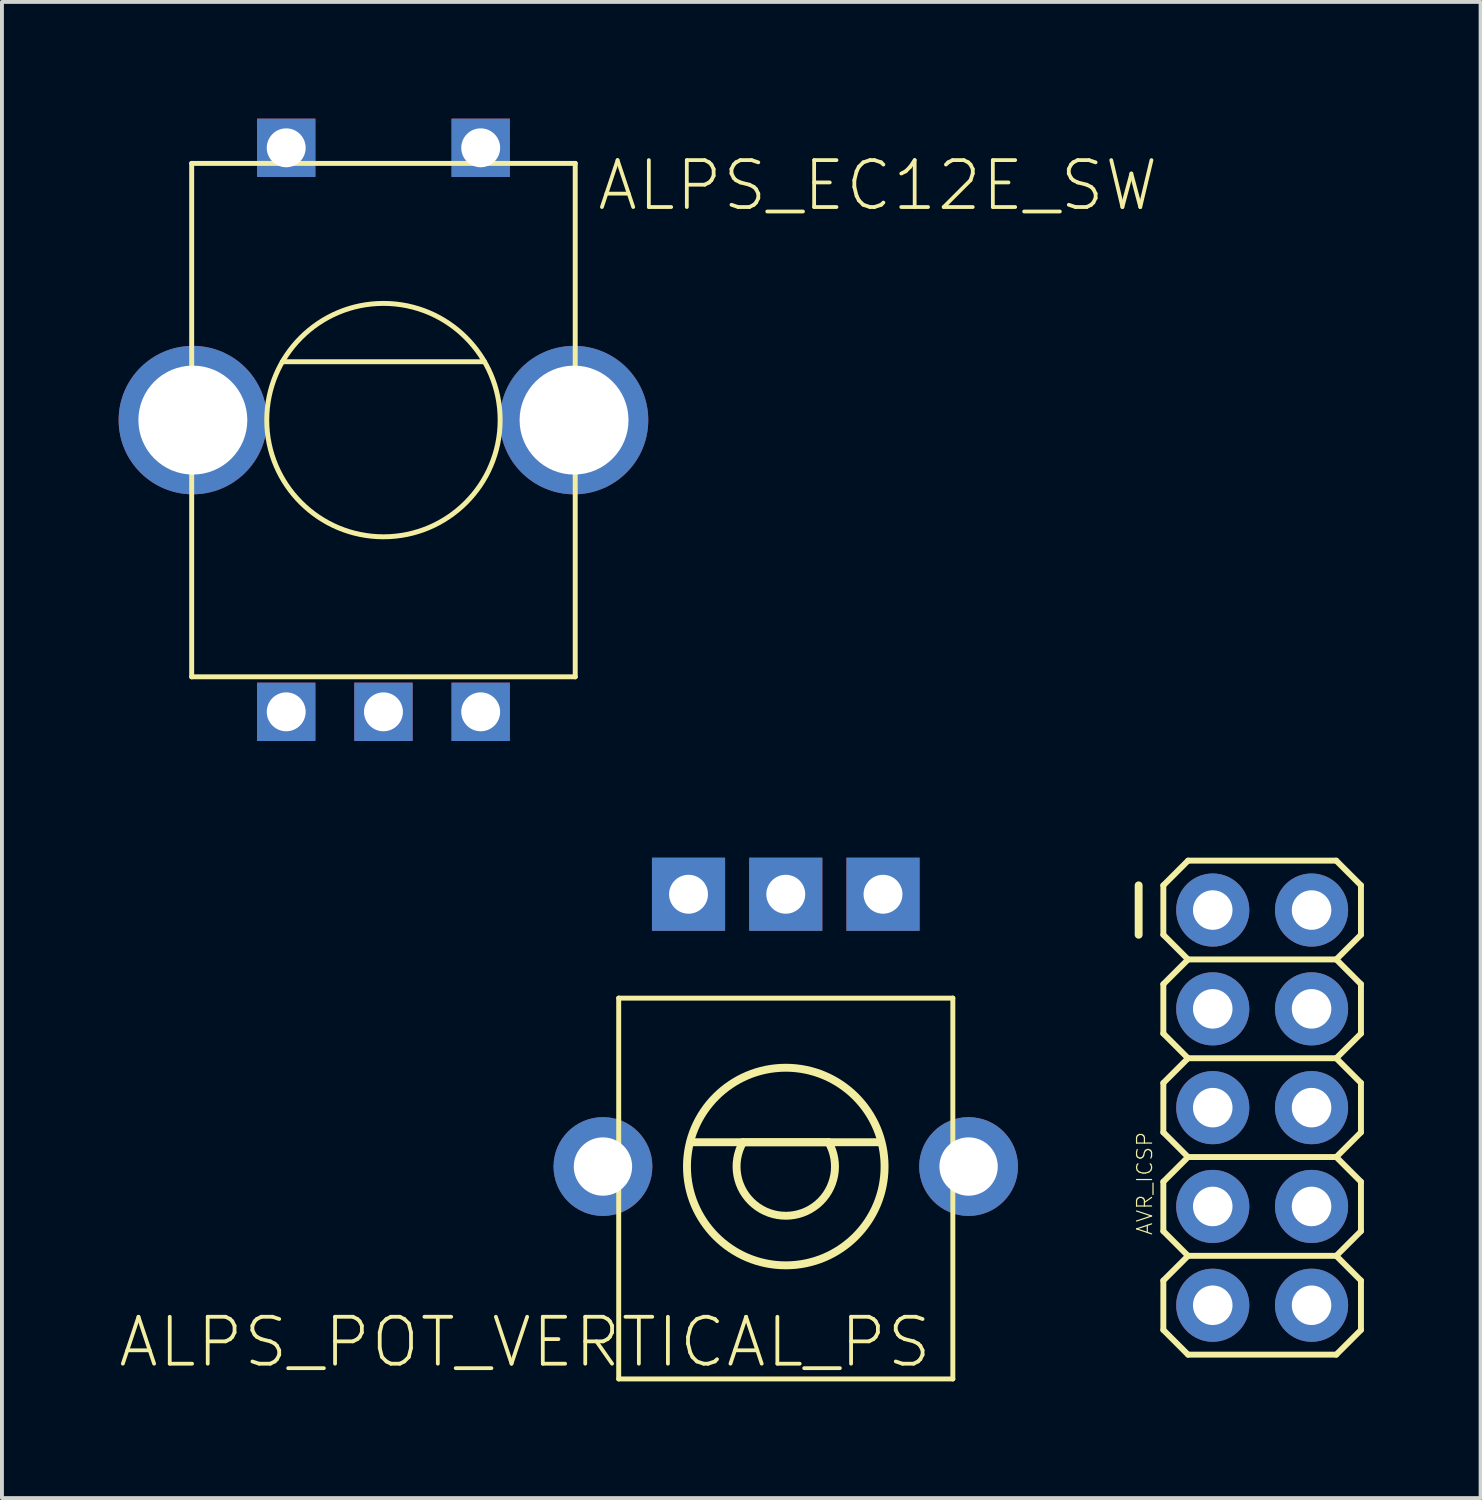
<source format=kicad_pcb>
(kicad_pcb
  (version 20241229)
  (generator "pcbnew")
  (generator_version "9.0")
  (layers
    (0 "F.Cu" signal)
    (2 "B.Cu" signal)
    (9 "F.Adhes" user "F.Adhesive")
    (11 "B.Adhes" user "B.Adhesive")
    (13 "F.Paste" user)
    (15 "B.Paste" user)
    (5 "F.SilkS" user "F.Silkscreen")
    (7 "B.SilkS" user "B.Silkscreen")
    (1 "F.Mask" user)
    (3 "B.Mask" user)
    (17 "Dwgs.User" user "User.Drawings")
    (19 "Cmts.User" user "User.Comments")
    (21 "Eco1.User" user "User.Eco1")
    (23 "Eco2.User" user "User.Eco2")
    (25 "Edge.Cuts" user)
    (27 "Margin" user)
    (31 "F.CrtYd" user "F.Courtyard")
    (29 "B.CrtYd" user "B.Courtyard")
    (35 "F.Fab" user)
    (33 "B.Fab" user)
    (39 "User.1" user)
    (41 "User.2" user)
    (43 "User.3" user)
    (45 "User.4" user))
  (footprint "AVR_ICSP"
    (layer "F.Cu")
    (at 29.398 25.426)
    (property "Reference" "AVR_ICSP" (at -2.794 3.302 270) (layer "F.SilkS") (effects (font (size 0.386 0.386) (thickness 0.031)) (justify left bottom)))
    (attr through_hole)
    (fp_line (start -3.175 -5.715) (end -3.175 -4.445) (stroke (width 0.203) (type solid)) (layer "F.SilkS"))
    (fp_line (start -2.54 -5.715) (end -2.54 -4.445) (stroke (width 0.152) (type solid)) (layer "F.SilkS"))
    (fp_line (start -2.54 -4.445) (end -1.905 -3.81) (stroke (width 0.152) (type solid)) (layer "F.SilkS"))
    (fp_line (start -2.54 -3.175) (end -2.54 -1.905) (stroke (width 0.152) (type solid)) (layer "F.SilkS"))
    (fp_line (start -2.54 -1.905) (end -1.905 -1.27) (stroke (width 0.152) (type solid)) (layer "F.SilkS"))
    (fp_line (start -2.54 -0.635) (end -2.54 0.635) (stroke (width 0.152) (type solid)) (layer "F.SilkS"))
    (fp_line (start -2.54 0.635) (end -1.905 1.27) (stroke (width 0.152) (type solid)) (layer "F.SilkS"))
    (fp_line (start -2.54 1.905) (end -2.54 3.175) (stroke (width 0.152) (type solid)) (layer "F.SilkS"))
    (fp_line (start -2.54 3.175) (end -1.905 3.81) (stroke (width 0.152) (type solid)) (layer "F.SilkS"))
    (fp_line (start -2.54 4.445) (end -2.54 5.715) (stroke (width 0.152) (type solid)) (layer "F.SilkS"))
    (fp_line (start -2.54 5.715) (end -1.905 6.35) (stroke (width 0.152) (type solid)) (layer "F.SilkS"))
    (fp_line (start -1.905 -6.35) (end -2.54 -5.715) (stroke (width 0.152) (type solid)) (layer "F.SilkS"))
    (fp_line (start -1.905 -6.35) (end 1.905 -6.35) (stroke (width 0.152) (type solid)) (layer "F.SilkS"))
    (fp_line (start -1.905 -3.81) (end -2.54 -3.175) (stroke (width 0.152) (type solid)) (layer "F.SilkS"))
    (fp_line (start -1.905 -1.27) (end -2.54 -0.635) (stroke (width 0.152) (type solid)) (layer "F.SilkS"))
    (fp_line (start -1.905 1.27) (end -2.54 1.905) (stroke (width 0.152) (type solid)) (layer "F.SilkS"))
    (fp_line (start -1.905 3.81) (end -2.54 4.445) (stroke (width 0.152) (type solid)) (layer "F.SilkS"))
    (fp_line (start 1.905 -6.35) (end 2.54 -5.715) (stroke (width 0.152) (type solid)) (layer "F.SilkS"))
    (fp_line (start 1.905 -3.81) (end -1.905 -3.81) (stroke (width 0.152) (type solid)) (layer "F.SilkS"))
    (fp_line (start 1.905 -3.81) (end 2.54 -3.175) (stroke (width 0.152) (type solid)) (layer "F.SilkS"))
    (fp_line (start 1.905 -1.27) (end -1.905 -1.27) (stroke (width 0.152) (type solid)) (layer "F.SilkS"))
    (fp_line (start 1.905 -1.27) (end 2.54 -0.635) (stroke (width 0.152) (type solid)) (layer "F.SilkS"))
    (fp_line (start 1.905 1.27) (end -1.905 1.27) (stroke (width 0.152) (type solid)) (layer "F.SilkS"))
    (fp_line (start 1.905 1.27) (end 2.54 1.905) (stroke (width 0.152) (type solid)) (layer "F.SilkS"))
    (fp_line (start 1.905 3.81) (end -1.905 3.81) (stroke (width 0.152) (type solid)) (layer "F.SilkS"))
    (fp_line (start 1.905 3.81) (end 2.54 4.445) (stroke (width 0.152) (type solid)) (layer "F.SilkS"))
    (fp_line (start 1.905 6.35) (end -1.905 6.35) (stroke (width 0.152) (type solid)) (layer "F.SilkS"))
    (fp_line (start 2.54 -5.715) (end 2.54 -4.445) (stroke (width 0.152) (type solid)) (layer "F.SilkS"))
    (fp_line (start 2.54 -4.445) (end 1.905 -3.81) (stroke (width 0.152) (type solid)) (layer "F.SilkS"))
    (fp_line (start 2.54 -3.175) (end 2.54 -1.905) (stroke (width 0.152) (type solid)) (layer "F.SilkS"))
    (fp_line (start 2.54 -1.905) (end 1.905 -1.27) (stroke (width 0.152) (type solid)) (layer "F.SilkS"))
    (fp_line (start 2.54 -0.635) (end 2.54 0.635) (stroke (width 0.152) (type solid)) (layer "F.SilkS"))
    (fp_line (start 2.54 0.635) (end 1.905 1.27) (stroke (width 0.152) (type solid)) (layer "F.SilkS"))
    (fp_line (start 2.54 1.905) (end 2.54 3.175) (stroke (width 0.152) (type solid)) (layer "F.SilkS"))
    (fp_line (start 2.54 3.175) (end 1.905 3.81) (stroke (width 0.152) (type solid)) (layer "F.SilkS"))
    (fp_line (start 2.54 4.445) (end 2.54 5.715) (stroke (width 0.152) (type solid)) (layer "F.SilkS"))
    (fp_line (start 2.54 5.715) (end 1.905 6.35) (stroke (width 0.152) (type solid)) (layer "F.SilkS"))
    (fp_poly (pts (xy -1.524 0.254) (xy -1.016 0.254) (xy -1.016 -0.254) (xy -1.524 -0.254)) (stroke (width 0) (type solid)) (fill yes) (layer "F.SilkS"))
    (fp_poly (pts (xy -1.524 -4.826) (xy -1.016 -4.826) (xy -1.016 -5.334) (xy -1.524 -5.334)) (stroke (width 0.1) (type solid)) (fill no) (layer "F.Fab"))
    (fp_poly (pts (xy -1.524 -2.286) (xy -1.016 -2.286) (xy -1.016 -2.794) (xy -1.524 -2.794)) (stroke (width 0.1) (type solid)) (fill no) (layer "F.Fab"))
    (fp_poly (pts (xy -1.524 2.794) (xy -1.016 2.794) (xy -1.016 2.286) (xy -1.524 2.286)) (stroke (width 0.1) (type solid)) (fill no) (layer "F.Fab"))
    (fp_poly (pts (xy -1.524 5.334) (xy -1.016 5.334) (xy -1.016 4.826) (xy -1.524 4.826)) (stroke (width 0.1) (type solid)) (fill no) (layer "F.Fab"))
    (fp_poly (pts (xy 1.016 -4.826) (xy 1.524 -4.826) (xy 1.524 -5.334) (xy 1.016 -5.334)) (stroke (width 0.1) (type solid)) (fill no) (layer "F.Fab"))
    (fp_poly (pts (xy 1.016 -2.286) (xy 1.524 -2.286) (xy 1.524 -2.794) (xy 1.016 -2.794)) (stroke (width 0.1) (type solid)) (fill no) (layer "F.Fab"))
    (fp_poly (pts (xy 1.016 0.254) (xy 1.524 0.254) (xy 1.524 -0.254) (xy 1.016 -0.254)) (stroke (width 0.1) (type solid)) (fill no) (layer "F.Fab"))
    (fp_poly (pts (xy 1.016 2.794) (xy 1.524 2.794) (xy 1.524 2.286) (xy 1.016 2.286)) (stroke (width 0.1) (type solid)) (fill no) (layer "F.Fab"))
    (fp_poly (pts (xy 1.016 5.334) (xy 1.524 5.334) (xy 1.524 4.826) (xy 1.016 4.826)) (stroke (width 0.1) (type solid)) (fill no) (layer "F.Fab"))
    (pad "1" thru_hole circle (at -1.27 -5.08 270) (size 1.88 1.88) (drill 1.016) (layers "*.Cu" "*.Mask"))
    (pad "2" thru_hole circle (at 1.27 -5.08 270) (size 1.88 1.88) (drill 1.016) (layers "*.Cu" "*.Mask"))
    (pad "3" thru_hole circle (at -1.27 -2.54 270) (size 1.88 1.88) (drill 1.016) (layers "*.Cu" "*.Mask"))
    (pad "4" thru_hole circle (at 1.27 -2.54 270) (size 1.88 1.88) (drill 1.016) (layers "*.Cu" "*.Mask"))
    (pad "5" thru_hole circle (at -1.27 0 270) (size 1.88 1.88) (drill 1.016) (layers "*.Cu" "*.Mask"))
    (pad "6" thru_hole circle (at 1.27 0 270) (size 1.88 1.88) (drill 1.016) (layers "*.Cu" "*.Mask"))
    (pad "7" thru_hole circle (at -1.27 2.54 270) (size 1.88 1.88) (drill 1.016) (layers "*.Cu" "*.Mask"))
    (pad "8" thru_hole circle (at 1.27 2.54 270) (size 1.88 1.88) (drill 1.016) (layers "*.Cu" "*.Mask"))
    (pad "9" thru_hole circle (at -1.27 5.08 270) (size 1.88 1.88) (drill 1.016) (layers "*.Cu" "*.Mask"))
    (pad "10" thru_hole circle (at 1.27 5.08 270) (size 1.88 1.88) (drill 1.016) (layers "*.Cu" "*.Mask")))
  (footprint "ALPS_POT_VERTICAL_PS"
    (layer "F.Cu")
    (at 17.151 26.94)
    (property "Reference" "ALPS_POT_VERTICAL_PS" (at 3.81 3.81 180) (layer "F.SilkS") (effects (font (size 1.206 1.206) (thickness 0.097)) (justify right top)))
    (attr through_hole)
    (fp_line (start -4.295 -4.33) (end 4.295 -4.33) (stroke (width 0.127) (type solid)) (layer "F.SilkS"))
    (fp_line (start -4.295 5.46) (end -4.295 -4.33) (stroke (width 0.127) (type solid)) (layer "F.SilkS"))
    (fp_line (start -2.45 -0.625) (end 2.425 -0.625) (stroke (width 0.203) (type solid)) (layer "F.SilkS"))
    (fp_line (start -1.1 -0.625) (end 1.1 -0.625) (stroke (width 0.203) (type solid)) (layer "F.SilkS"))
    (fp_line (start 4.295 -4.33) (end 4.295 5.46) (stroke (width 0.127) (type solid)) (layer "F.SilkS"))
    (fp_line (start 4.295 5.46) (end -4.295 5.46) (stroke (width 0.127) (type solid)) (layer "F.SilkS"))
    (fp_arc (start 1.1 -0.625) (mid 0 1.265158) (end -1.1 -0.625) (stroke (width 0.2032) (type solid)) (layer "F.SilkS"))
    (fp_circle (center 0 0) (end 2.54 0) (stroke (width 0.203) (type solid)) (fill no) (layer "F.SilkS"))
    (pad "P$1" thru_hole rect (at -2.5 -7 270) (size 1.88 1.88) (drill 1) (layers "*.Cu" "*.Mask"))
    (pad "P$2" thru_hole rect (at 0 -7 270) (size 1.88 1.88) (drill 1) (layers "*.Cu" "*.Mask"))
    (pad "P$3" thru_hole rect (at 2.5 -7 270) (size 1.88 1.88) (drill 1) (layers "*.Cu" "*.Mask"))
    (pad "P$4" thru_hole circle (at -4.7 0 270) (size 2.54 2.54) (drill 1.5) (layers "*.Cu" "*.Mask"))
    (pad "P$5" thru_hole circle (at 4.7 0 270) (size 2.54 2.54) (drill 1.5) (layers "*.Cu" "*.Mask")))
  (footprint "ALPS_EC12E_SW"
    (layer "F.Cu")
    (at 6.808 7.75)
    (property "Reference" "ALPS_EC12E_SW" (at 5.438 -5.325 0) (layer "F.SilkS") (effects (font (size 1.206 1.206) (thickness 0.097)) (justify left bottom)))
    (attr through_hole)
    (fp_line (start -4.93 -6.6) (end -4.93 6.6) (stroke (width 0.127) (type solid)) (layer "F.SilkS"))
    (fp_line (start -4.93 6.6) (end 4.93 6.6) (stroke (width 0.127) (type solid)) (layer "F.SilkS"))
    (fp_line (start -2.6 -1.5) (end 2.6 -1.5) (stroke (width 0.127) (type solid)) (layer "F.SilkS"))
    (fp_line (start 4.93 -6.6) (end -4.93 -6.6) (stroke (width 0.127) (type solid)) (layer "F.SilkS"))
    (fp_line (start 4.93 6.6) (end 4.93 -6.6) (stroke (width 0.127) (type solid)) (layer "F.SilkS"))
    (fp_circle (center 0 0) (end 3 0) (stroke (width 0.127) (type solid)) (fill no) (layer "F.SilkS"))
    (pad "A" thru_hole rect (at -2.5 7.5) (size 1.5 1.5) (drill 1) (layers "*.Cu" "*.Mask"))
    (pad "B" thru_hole rect (at 2.5 7.5) (size 1.5 1.5) (drill 1) (layers "*.Cu" "*.Mask"))
    (pad "C" thru_hole rect (at 0 7.5) (size 1.5 1.5) (drill 1) (layers "*.Cu" "*.Mask"))
    (pad "D" thru_hole rect (at -2.5 -7) (size 1.5 1.5) (drill 1) (layers "*.Cu" "*.Mask"))
    (pad "E" thru_hole rect (at 2.5 -7) (size 1.5 1.5) (drill 1) (layers "*.Cu" "*.Mask"))
    (pad "GND1" thru_hole circle (at -4.9 0) (size 3.816 3.816) (drill 2.8) (layers "*.Cu" "*.Mask"))
    (pad "GND2" thru_hole circle (at 4.9 0) (size 3.816 3.816) (drill 2.8) (layers "*.Cu" "*.Mask")))
  (gr_rect
    (start -3 -3)
    (end 35.014 35.463)
    (stroke (width 0.1) (type default))
    (fill no)
    (layer "Edge.Cuts")))
</source>
